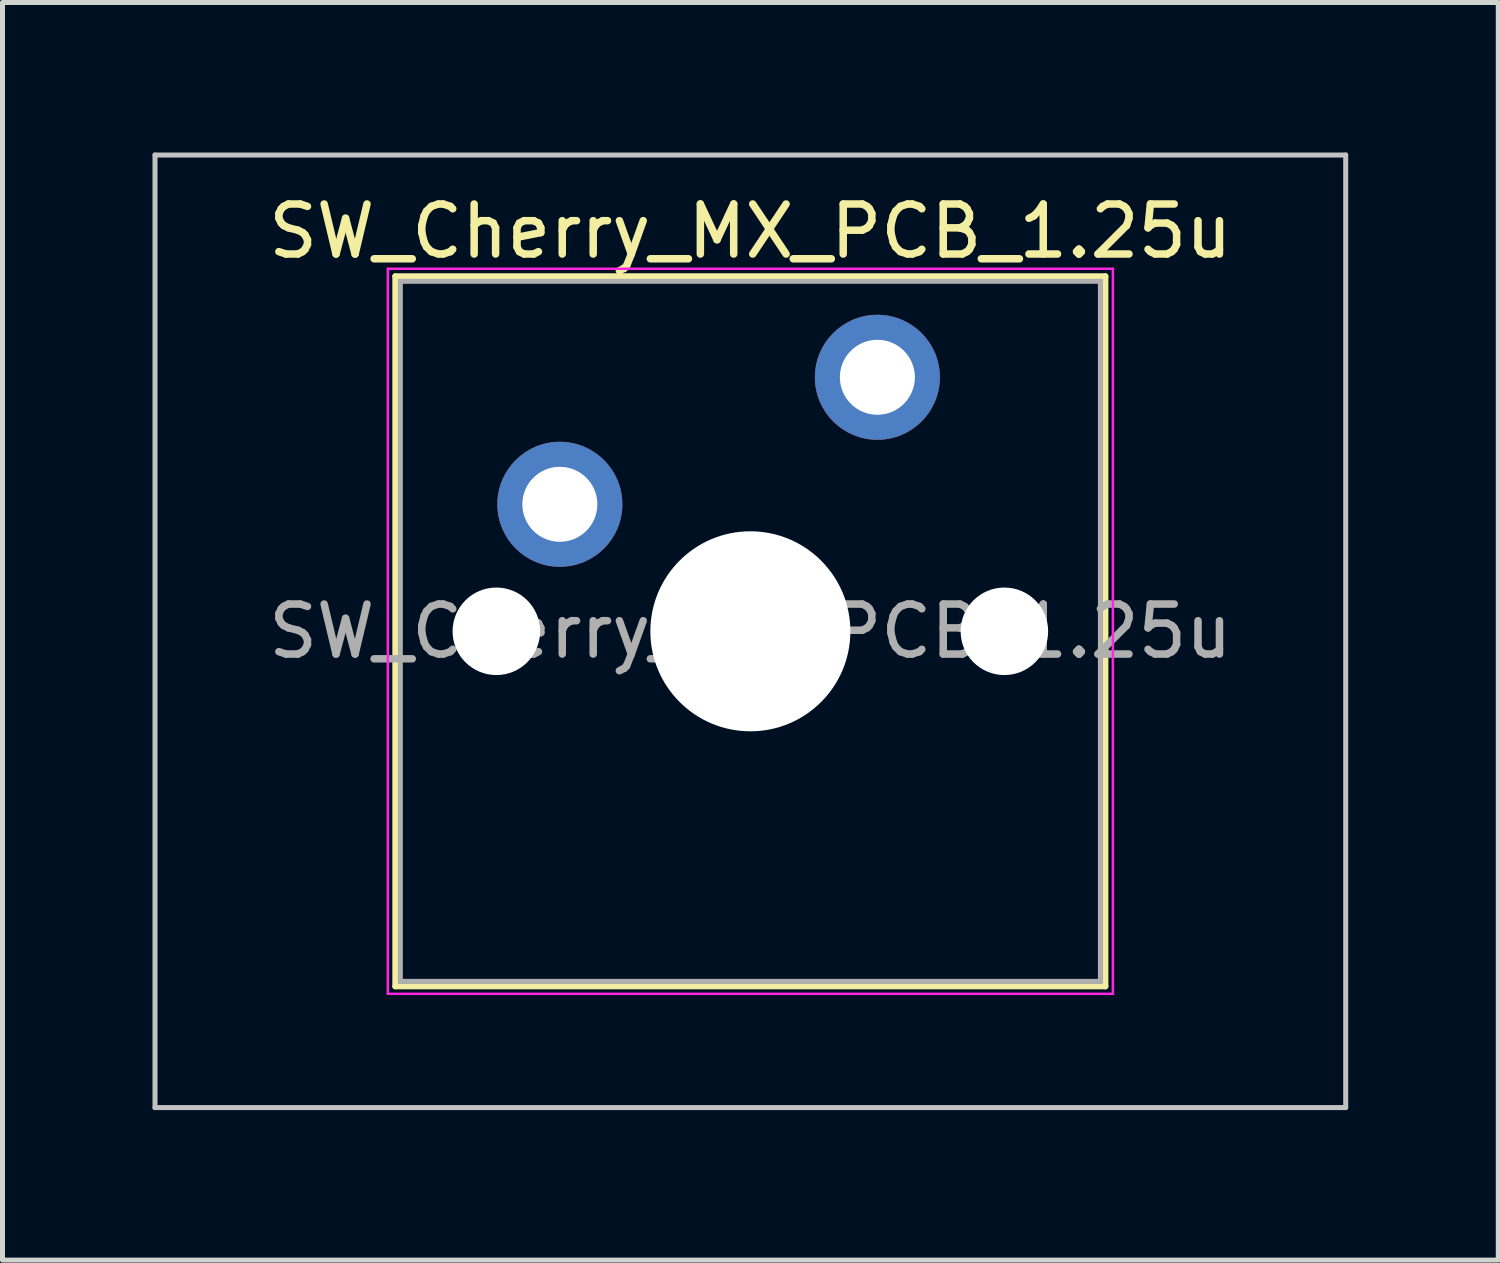
<source format=kicad_pcb>
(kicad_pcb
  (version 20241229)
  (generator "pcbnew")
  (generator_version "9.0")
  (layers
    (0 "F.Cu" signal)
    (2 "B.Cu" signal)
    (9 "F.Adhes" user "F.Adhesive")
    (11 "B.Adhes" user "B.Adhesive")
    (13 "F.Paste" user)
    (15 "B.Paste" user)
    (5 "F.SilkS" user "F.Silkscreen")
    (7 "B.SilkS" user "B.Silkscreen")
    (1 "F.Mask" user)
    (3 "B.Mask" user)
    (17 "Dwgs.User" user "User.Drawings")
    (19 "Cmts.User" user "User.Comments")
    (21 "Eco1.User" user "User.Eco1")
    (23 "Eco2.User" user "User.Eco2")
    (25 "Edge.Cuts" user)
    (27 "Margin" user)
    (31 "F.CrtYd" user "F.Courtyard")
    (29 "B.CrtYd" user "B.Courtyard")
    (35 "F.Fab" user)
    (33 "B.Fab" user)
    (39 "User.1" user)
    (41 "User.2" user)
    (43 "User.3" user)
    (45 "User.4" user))
  (footprint "SW_Cherry_MX_PCB_1.25u"
    (layer "F.Cu")
    (at 11.956 9.575)
    (property "Reference" "SW_Cherry_MX_PCB_1.25u" (at 0 -8 0) (layer "F.SilkS") (effects (font (size 1 1) (thickness 0.15))))
    (attr through_hole)
    (fp_line (start -7.1 -7.1) (end -7.1 7.1) (stroke (width 0.12) (type solid)) (layer "F.SilkS"))
    (fp_line (start -7.1 7.1) (end 7.1 7.1) (stroke (width 0.12) (type solid)) (layer "F.SilkS"))
    (fp_line (start 7.1 -7.1) (end -7.1 -7.1) (stroke (width 0.12) (type solid)) (layer "F.SilkS"))
    (fp_line (start 7.1 7.1) (end 7.1 -7.1) (stroke (width 0.12) (type solid)) (layer "F.SilkS"))
    (fp_line (start -11.906 -9.525) (end -11.906 9.525) (stroke (width 0.1) (type solid)) (layer "Dwgs.User"))
    (fp_line (start -11.906 9.525) (end 11.906 9.525) (stroke (width 0.1) (type solid)) (layer "Dwgs.User"))
    (fp_line (start 11.906 -9.525) (end -11.906 -9.525) (stroke (width 0.1) (type solid)) (layer "Dwgs.User"))
    (fp_line (start 11.906 9.525) (end 11.906 -9.525) (stroke (width 0.1) (type solid)) (layer "Dwgs.User"))
    (fp_line (start -7 -7) (end -7 7) (stroke (width 0.1) (type solid)) (layer "Eco1.User"))
    (fp_line (start -7 7) (end 7 7) (stroke (width 0.1) (type solid)) (layer "Eco1.User"))
    (fp_line (start 7 -7) (end -7 -7) (stroke (width 0.1) (type solid)) (layer "Eco1.User"))
    (fp_line (start 7 7) (end 7 -7) (stroke (width 0.1) (type solid)) (layer "Eco1.User"))
    (fp_line (start -7.25 -7.25) (end -7.25 7.25) (stroke (width 0.05) (type solid)) (layer "F.CrtYd"))
    (fp_line (start -7.25 7.25) (end 7.25 7.25) (stroke (width 0.05) (type solid)) (layer "F.CrtYd"))
    (fp_line (start 7.25 -7.25) (end -7.25 -7.25) (stroke (width 0.05) (type solid)) (layer "F.CrtYd"))
    (fp_line (start 7.25 7.25) (end 7.25 -7.25) (stroke (width 0.05) (type solid)) (layer "F.CrtYd"))
    (fp_line (start -7 -7) (end -7 7) (stroke (width 0.1) (type solid)) (layer "F.Fab"))
    (fp_line (start -7 7) (end 7 7) (stroke (width 0.1) (type solid)) (layer "F.Fab"))
    (fp_line (start 7 -7) (end -7 -7) (stroke (width 0.1) (type solid)) (layer "F.Fab"))
    (fp_line (start 7 7) (end 7 -7) (stroke (width 0.1) (type solid)) (layer "F.Fab"))
    (fp_text user "${REFERENCE}" (at 0 0 0) (layer "F.Fab") (effects (font (size 1 1) (thickness 0.15))))
    (pad "" np_thru_hole circle (at -5.08 0) (size 1.75 1.75) (drill 1.75) (layers "*.Cu" "*.Mask"))
    (pad "" np_thru_hole circle (at 0 0) (size 4 4) (drill 4) (layers "*.Cu" "*.Mask"))
    (pad "" np_thru_hole circle (at 5.08 0) (size 1.75 1.75) (drill 1.75) (layers "*.Cu" "*.Mask"))
    (pad "1" thru_hole circle (at -3.81 -2.54) (size 2.5 2.5) (drill 1.5) (layers "*.Cu" "*.Mask"))
    (pad "2" thru_hole circle (at 2.54 -5.08) (size 2.5 2.5) (drill 1.5) (layers "*.Cu" "*.Mask")))
  (gr_rect
    (start -3 -3)
    (end 26.913 22.15)
    (stroke (width 0.1) (type default))
    (fill no)
    (layer "Edge.Cuts")))
</source>
